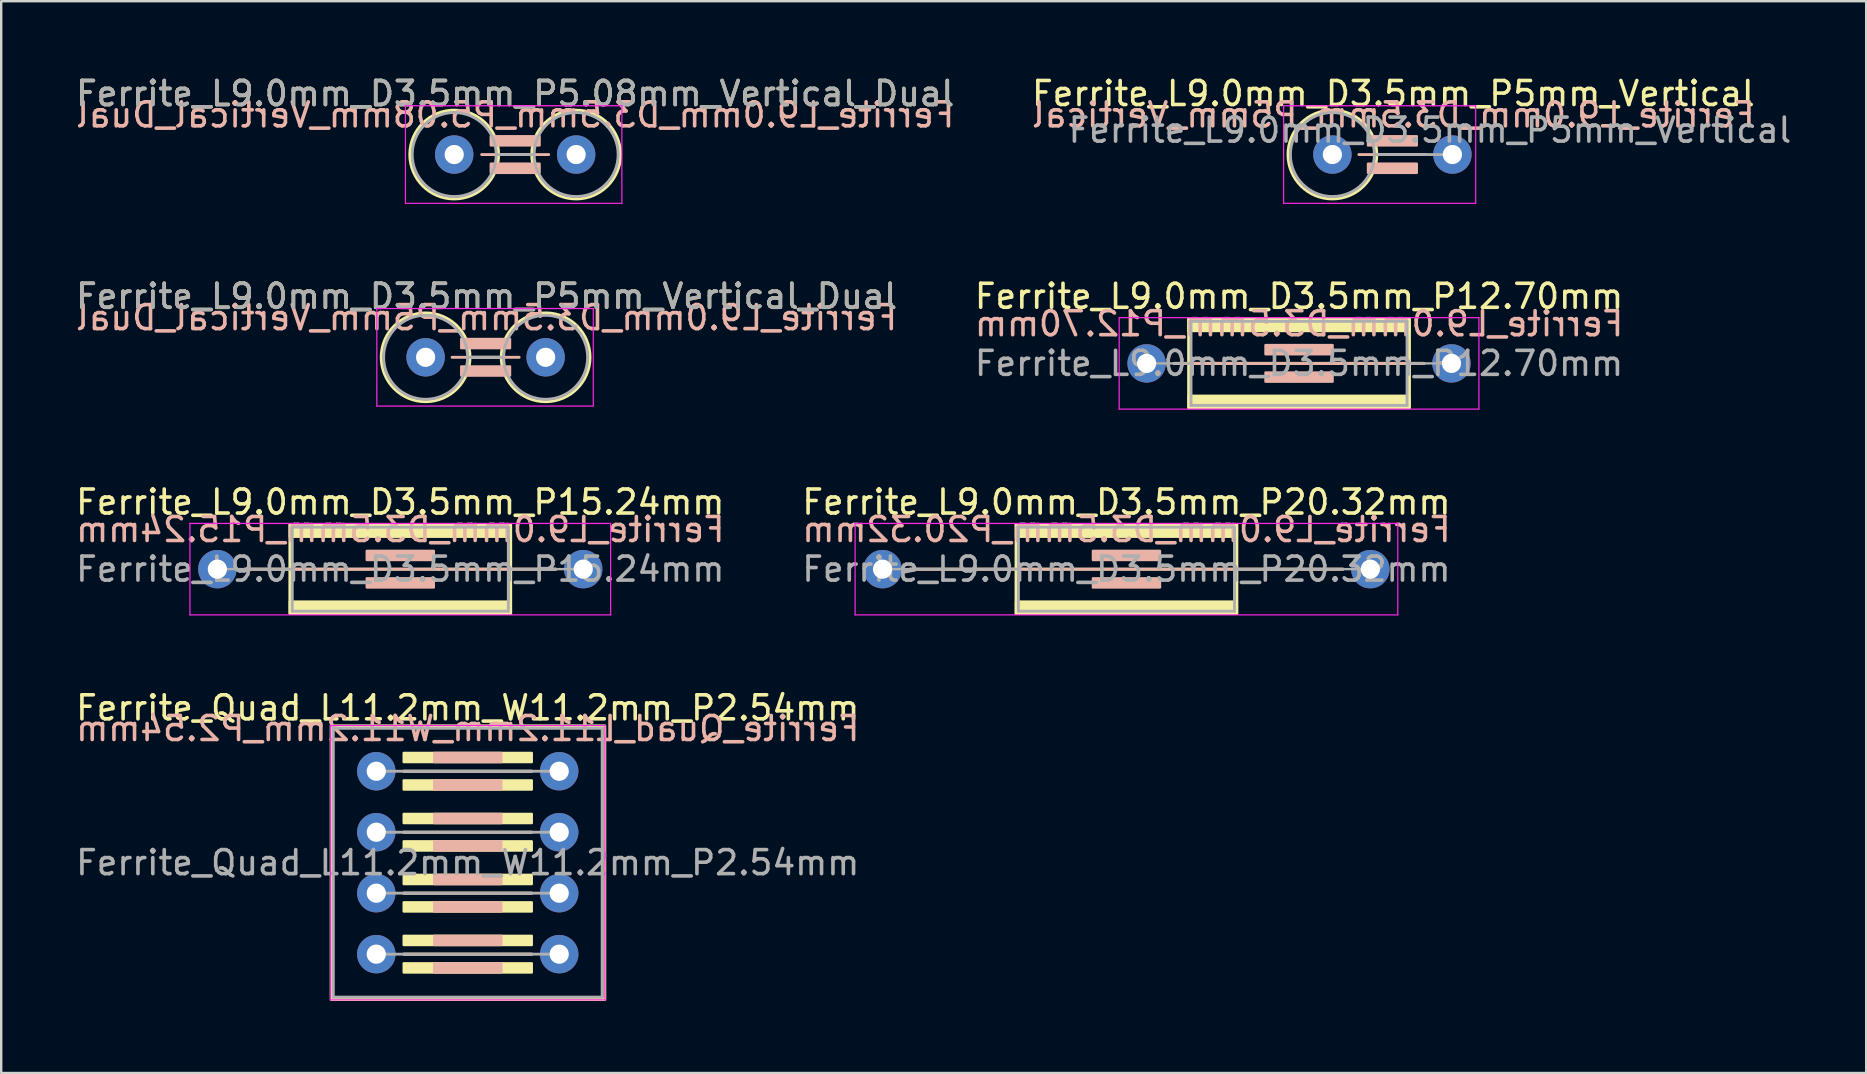
<source format=kicad_pcb>
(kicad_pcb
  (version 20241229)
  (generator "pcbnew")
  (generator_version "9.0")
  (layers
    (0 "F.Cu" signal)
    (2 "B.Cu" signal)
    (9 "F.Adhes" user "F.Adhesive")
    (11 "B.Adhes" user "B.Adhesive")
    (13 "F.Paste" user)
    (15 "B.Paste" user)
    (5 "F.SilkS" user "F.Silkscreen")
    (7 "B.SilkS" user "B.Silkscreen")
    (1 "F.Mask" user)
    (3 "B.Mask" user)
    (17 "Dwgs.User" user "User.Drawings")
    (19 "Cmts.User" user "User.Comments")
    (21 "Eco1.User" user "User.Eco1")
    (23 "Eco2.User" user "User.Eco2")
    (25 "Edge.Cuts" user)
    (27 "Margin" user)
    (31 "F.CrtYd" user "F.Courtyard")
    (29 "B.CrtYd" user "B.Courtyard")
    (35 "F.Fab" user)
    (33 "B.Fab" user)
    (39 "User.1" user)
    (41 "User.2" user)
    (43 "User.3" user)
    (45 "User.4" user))
  (footprint "Ferrite_L9.0mm_D3.5mm_P5mm_Vertical"
    (layer "F.Cu")
    (at 52.454 3.388)
    (property "Reference" "Ferrite_L9.0mm_D3.5mm_P5mm_Vertical" (at 2.54 -2.54 0) (layer "F.SilkS") (effects (font (size 1 1) (thickness 0.15))))
    (fp_line (start 1.85 0) (end 3.81 0) (stroke (width 0.12) (type solid)) (layer "F.SilkS"))
    (fp_circle (center 0 0) (end 0 -1.85) (stroke (width 0.12) (type solid)) (fill no) (layer "F.SilkS"))
    (fp_line (start 3.897 0) (end 1.103 0) (stroke (width 0.12) (type solid)) (layer "B.SilkS"))
    (fp_rect (start 1.484 -0.762) (end 3.516 -0.381) (stroke (width 0.1) (type solid)) (fill yes) (layer "B.SilkS"))
    (fp_rect (start 1.484 0.381) (end 3.516 0.762) (stroke (width 0.1) (type solid)) (fill yes) (layer "B.SilkS"))
    (fp_line (start -2.032 -2.032) (end 5.969 -2.032) (stroke (width 0.05) (type solid)) (layer "F.CrtYd"))
    (fp_line (start -2.032 2.032) (end -2.032 -2.032) (stroke (width 0.05) (type solid)) (layer "F.CrtYd"))
    (fp_line (start 5.969 -2.032) (end 5.969 2.032) (stroke (width 0.05) (type solid)) (layer "F.CrtYd"))
    (fp_line (start 5.969 2.032) (end -2.032 2.032) (stroke (width 0.05) (type solid)) (layer "F.CrtYd"))
    (fp_line (start 1.75 0) (end 5 0) (stroke (width 0.12) (type solid)) (layer "F.Fab"))
    (fp_circle (center 0 0) (end 0 -1.75) (stroke (width 0.12) (type solid)) (fill no) (layer "F.Fab"))
    (fp_text user "${REFERENCE}" (at 2.54 -1.651 0) (layer "B.SilkS") (effects (font (size 1 1) (thickness 0.15)) (justify mirror)))
    (fp_text user "${REFERENCE}" (at 4.064 -1.016 0) (layer "F.Fab") (effects (font (size 1 1) (thickness 0.15))))
    (pad "1" thru_hole circle (at 0 0) (size 1.6 1.6) (drill 0.8) (layers "*.Cu" "*.Mask"))
    (pad "2" thru_hole circle (at 5 0) (size 1.6 1.6) (drill 0.8) (layers "*.Cu" "*.Mask")))
  (footprint "Ferrite_L9.0mm_D3.5mm_P5.08mm_Vertical_Dual"
    (layer "F.Cu")
    (at 15.871 3.388)
    (property "Reference" "Ferrite_L9.0mm_D3.5mm_P5.08mm_Vertical_Dual" (at 2.54 -2.54 0) (layer "F.SilkS") (effects (font (size 1 1) (thickness 0.15))))
    (fp_line (start 1.85 0) (end 3.23 0) (stroke (width 0.12) (type solid)) (layer "F.SilkS"))
    (fp_circle (center 0 0) (end 0 -1.85) (stroke (width 0.12) (type solid)) (fill no) (layer "F.SilkS"))
    (fp_circle (center 5.08 0) (end 5.08 -1.85) (stroke (width 0.12) (type solid)) (fill no) (layer "F.SilkS"))
    (fp_line (start 3.937 0) (end 1.143 0) (stroke (width 0.12) (type solid)) (layer "B.SilkS"))
    (fp_rect (start 1.524 -0.762) (end 3.556 -0.381) (stroke (width 0.1) (type solid)) (fill yes) (layer "B.SilkS"))
    (fp_rect (start 1.524 0.381) (end 3.556 0.762) (stroke (width 0.1) (type solid)) (fill yes) (layer "B.SilkS"))
    (fp_line (start -2.032 -2.032) (end 6.985 -2.032) (stroke (width 0.05) (type solid)) (layer "F.CrtYd"))
    (fp_line (start -2.032 2.032) (end -2.032 -2.032) (stroke (width 0.05) (type solid)) (layer "F.CrtYd"))
    (fp_line (start 6.985 -2.032) (end 6.985 2.032) (stroke (width 0.05) (type solid)) (layer "F.CrtYd"))
    (fp_line (start 6.985 2.032) (end -2.032 2.032) (stroke (width 0.05) (type solid)) (layer "F.CrtYd"))
    (fp_line (start 1.75 0) (end 3.33 0) (stroke (width 0.12) (type solid)) (layer "F.Fab"))
    (fp_circle (center 0 0) (end 0 -1.75) (stroke (width 0.12) (type solid)) (fill no) (layer "F.Fab"))
    (fp_circle (center 5.08 0) (end 5.08 -1.75) (stroke (width 0.12) (type solid)) (fill no) (layer "F.Fab"))
    (fp_text user "${REFERENCE}" (at 2.54 -1.651 0) (layer "B.SilkS") (effects (font (size 1 1) (thickness 0.15)) (justify mirror)))
    (fp_text user "${REFERENCE}" (at 2.54 -2.539 0) (layer "F.Fab") (effects (font (size 1 1) (thickness 0.15))))
    (pad "1" thru_hole circle (at 0 0) (size 1.6 1.6) (drill 0.8) (layers "*.Cu" "*.Mask"))
    (pad "2" thru_hole circle (at 5.08 0) (size 1.6 1.6) (drill 0.8) (layers "*.Cu" "*.Mask")))
  (footprint "Ferrite_Quad_L11.2mm_W11.2mm_P2.54mm"
    (layer "F.Cu")
    (at 16.435 32.888)
    (property "Reference" "Ferrite_Quad_L11.2mm_W11.2mm_P2.54mm" (at 0 -6.45 0) (layer "F.SilkS") (effects (font (size 1 1) (thickness 0.15))))
    (attr through_hole)
    (fp_line (start -2.667 -3.81) (end 2.667 -3.81) (stroke (width 0.12) (type solid)) (layer "F.SilkS"))
    (fp_line (start -2.667 1.27) (end 2.667 1.27) (stroke (width 0.12) (type solid)) (layer "F.SilkS"))
    (fp_line (start 2.667 -1.27) (end -2.667 -1.27) (stroke (width 0.12) (type solid)) (layer "F.SilkS"))
    (fp_line (start 2.667 3.81) (end -2.667 3.81) (stroke (width 0.12) (type solid)) (layer "F.SilkS"))
    (fp_rect (start -5.69 -5.7) (end 5.71 5.7) (stroke (width 0.12) (type solid)) (fill no) (layer "F.SilkS"))
    (fp_poly (pts (xy 2.667 -4.191) (xy -2.667 -4.191) (xy -2.667 -4.572) (xy 2.667 -4.572)) (stroke (width 0.1) (type solid)) (fill yes) (layer "F.SilkS"))
    (fp_poly (pts (xy 2.667 -3.048) (xy -2.667 -3.048) (xy -2.667 -3.429) (xy 2.667 -3.429)) (stroke (width 0.1) (type solid)) (fill yes) (layer "F.SilkS"))
    (fp_poly (pts (xy 2.667 -1.651) (xy -2.667 -1.651) (xy -2.667 -2.032) (xy 2.667 -2.032)) (stroke (width 0.1) (type solid)) (fill yes) (layer "F.SilkS"))
    (fp_poly (pts (xy 2.667 -0.508) (xy -2.667 -0.508) (xy -2.667 -0.889) (xy 2.667 -0.889)) (stroke (width 0.1) (type solid)) (fill yes) (layer "F.SilkS"))
    (fp_poly (pts (xy 2.667 0.889) (xy -2.667 0.889) (xy -2.667 0.508) (xy 2.667 0.508)) (stroke (width 0.1) (type solid)) (fill yes) (layer "F.SilkS"))
    (fp_poly (pts (xy 2.667 2.032) (xy -2.667 2.032) (xy -2.667 1.651) (xy 2.667 1.651)) (stroke (width 0.1) (type solid)) (fill yes) (layer "F.SilkS"))
    (fp_poly (pts (xy 2.667 3.429) (xy -2.667 3.429) (xy -2.667 3.048) (xy 2.667 3.048)) (stroke (width 0.1) (type solid)) (fill yes) (layer "F.SilkS"))
    (fp_poly (pts (xy 2.667 4.572) (xy -2.667 4.572) (xy -2.667 4.191) (xy 2.667 4.191)) (stroke (width 0.1) (type solid)) (fill yes) (layer "F.SilkS"))
    (fp_line (start -2.667 -3.81) (end 2.667 -3.81) (stroke (width 0.12) (type solid)) (layer "B.SilkS"))
    (fp_line (start -2.667 -1.27) (end 2.667 -1.27) (stroke (width 0.12) (type solid)) (layer "B.SilkS"))
    (fp_line (start -2.667 1.27) (end 2.667 1.27) (stroke (width 0.12) (type solid)) (layer "B.SilkS"))
    (fp_line (start -2.667 3.81) (end 2.667 3.81) (stroke (width 0.12) (type solid)) (layer "B.SilkS"))
    (fp_rect (start -1.397 -4.572) (end 1.397 -4.191) (stroke (width 0.1) (type solid)) (fill yes) (layer "B.SilkS"))
    (fp_rect (start -1.397 -3.429) (end 1.397 -3.048) (stroke (width 0.1) (type solid)) (fill yes) (layer "B.SilkS"))
    (fp_rect (start -1.397 -2.032) (end 1.397 -1.651) (stroke (width 0.1) (type solid)) (fill yes) (layer "B.SilkS"))
    (fp_rect (start -1.397 -0.889) (end 1.397 -0.508) (stroke (width 0.1) (type solid)) (fill yes) (layer "B.SilkS"))
    (fp_rect (start -1.397 0.508) (end 1.397 0.889) (stroke (width 0.1) (type solid)) (fill yes) (layer "B.SilkS"))
    (fp_rect (start -1.397 1.651) (end 1.397 2.032) (stroke (width 0.1) (type solid)) (fill yes) (layer "B.SilkS"))
    (fp_rect (start -1.397 3.048) (end 1.397 3.429) (stroke (width 0.1) (type solid)) (fill yes) (layer "B.SilkS"))
    (fp_rect (start -1.397 4.191) (end 1.397 4.572) (stroke (width 0.1) (type solid)) (fill yes) (layer "B.SilkS"))
    (fp_line (start -5.715 -5.715) (end 5.715 -5.715) (stroke (width 0.05) (type solid)) (layer "F.CrtYd"))
    (fp_line (start -5.715 5.715) (end -5.715 -5.715) (stroke (width 0.05) (type solid)) (layer "F.CrtYd"))
    (fp_line (start 5.715 -5.715) (end 5.715 5.715) (stroke (width 0.05) (type solid)) (layer "F.CrtYd"))
    (fp_line (start 5.715 5.715) (end -5.715 5.715) (stroke (width 0.05) (type solid)) (layer "F.CrtYd"))
    (fp_line (start -5.6 -5.6) (end 5.6 -5.6) (stroke (width 0.12) (type solid)) (layer "F.Fab"))
    (fp_line (start -5.6 5.6) (end -5.6 -5.6) (stroke (width 0.12) (type solid)) (layer "F.Fab"))
    (fp_line (start -3.81 -3.81) (end 3.81 -3.81) (stroke (width 0.12) (type solid)) (layer "F.Fab"))
    (fp_line (start -3.81 -1.27) (end 3.81 -1.27) (stroke (width 0.12) (type solid)) (layer "F.Fab"))
    (fp_line (start -3.81 1.27) (end 3.81 1.27) (stroke (width 0.12) (type solid)) (layer "F.Fab"))
    (fp_line (start -3.81 3.81) (end 3.81 3.81) (stroke (width 0.12) (type solid)) (layer "F.Fab"))
    (fp_line (start 5.6 -5.6) (end 5.6 5.6) (stroke (width 0.12) (type solid)) (layer "F.Fab"))
    (fp_line (start 5.6 5.6) (end -5.6 5.6) (stroke (width 0.12) (type solid)) (layer "F.Fab"))
    (fp_text user "${REFERENCE}" (at 0 -5.588 0) (layer "B.SilkS") (effects (font (size 1 1) (thickness 0.15)) (justify mirror)))
    (fp_text user "${REFERENCE}" (at 0 0 0) (layer "F.Fab") (effects (font (size 1 1) (thickness 0.15))))
    (pad "1" thru_hole circle (at -3.81 -3.81) (size 1.6 1.6) (drill 0.8) (layers "*.Cu" "*.Mask"))
    (pad "2" thru_hole circle (at -3.81 -1.27) (size 1.6 1.6) (drill 0.8) (layers "*.Cu" "*.Mask"))
    (pad "3" thru_hole circle (at -3.81 1.27) (size 1.6 1.6) (drill 0.8) (layers "*.Cu" "*.Mask"))
    (pad "3" thru_hole circle (at -3.81 3.81) (size 1.6 1.6) (drill 0.8) (layers "*.Cu" "*.Mask"))
    (pad "4" thru_hole circle (at 3.81 1.27) (size 1.6 1.6) (drill 0.8) (layers "*.Cu" "*.Mask"))
    (pad "4" thru_hole circle (at 3.81 3.81) (size 1.6 1.6) (drill 0.8) (layers "*.Cu" "*.Mask"))
    (pad "5" thru_hole circle (at 3.81 -1.27) (size 1.6 1.6) (drill 0.8) (layers "*.Cu" "*.Mask"))
    (pad "6" thru_hole circle (at 3.81 -3.81) (size 1.6 1.6) (drill 0.8) (layers "*.Cu" "*.Mask")))
  (footprint "Ferrite_L9.0mm_D3.5mm_P15.24mm"
    (layer "F.Cu")
    (at 6.005 20.66)
    (property "Reference" "Ferrite_L9.0mm_D3.5mm_P15.24mm" (at 7.62 -2.794 0) (layer "F.SilkS") (effects (font (size 1 1) (thickness 0.15))))
    (fp_line (start 9.234 0.000002) (end 1.143 0) (stroke (width 0.12) (type solid)) (layer "F.SilkS"))
    (fp_line (start 9.234 0.000002) (end 14.097 0) (stroke (width 0.12) (type solid)) (layer "F.SilkS"))
    (fp_rect (start 3.02 -1.85) (end 12.22 1.85) (stroke (width 0.12) (type solid)) (fill no) (layer "F.SilkS"))
    (fp_poly (pts (xy 3.02 1.35) (xy 12.22 1.35) (xy 12.22 1.85) (xy 3.02 1.85)) (stroke (width 0.1) (type solid)) (fill yes) (layer "F.SilkS"))
    (fp_poly (pts (xy 12.22 -1.35) (xy 3.02 -1.35) (xy 3.02 -1.85) (xy 12.22 -1.85)) (stroke (width 0.1) (type solid)) (fill yes) (layer "F.SilkS"))
    (fp_line (start 1.143 0) (end 14.097 0) (stroke (width 0.12) (type solid)) (layer "B.SilkS"))
    (fp_rect (start 6.223 -0.762) (end 9.017 -0.381) (stroke (width 0.1) (type solid)) (fill yes) (layer "B.SilkS"))
    (fp_rect (start 6.223 0.381) (end 9.017 0.762) (stroke (width 0.1) (type solid)) (fill yes) (layer "B.SilkS"))
    (fp_line (start -1.143 -1.905) (end 16.383 -1.905) (stroke (width 0.05) (type solid)) (layer "F.CrtYd"))
    (fp_line (start -1.143 1.905) (end -1.143 -1.905) (stroke (width 0.05) (type solid)) (layer "F.CrtYd"))
    (fp_line (start 16.383 -1.905) (end 16.383 1.905) (stroke (width 0.05) (type solid)) (layer "F.CrtYd"))
    (fp_line (start 16.383 1.905) (end -1.143 1.905) (stroke (width 0.05) (type solid)) (layer "F.CrtYd"))
    (fp_line (start 0 0) (end 3.12 0) (stroke (width 0.1) (type solid)) (layer "F.Fab"))
    (fp_line (start 3.12 -1.75) (end 3.12 1.75) (stroke (width 0.12) (type solid)) (layer "F.Fab"))
    (fp_line (start 3.12 -1.75) (end 12.12 -1.75) (stroke (width 0.12) (type solid)) (layer "F.Fab"))
    (fp_line (start 12.12 -1.75) (end 12.12 1.75) (stroke (width 0.12) (type solid)) (layer "F.Fab"))
    (fp_line (start 12.12 1.75) (end 3.12 1.75) (stroke (width 0.12) (type solid)) (layer "F.Fab"))
    (fp_line (start 15.24 0) (end 12.12 0) (stroke (width 0.1) (type solid)) (layer "F.Fab"))
    (fp_text user "${REFERENCE}" (at 7.62 -1.651 0) (layer "B.SilkS") (effects (font (size 1 1) (thickness 0.15)) (justify mirror)))
    (fp_text user "${REFERENCE}" (at 7.62 0 0) (layer "F.Fab") (effects (font (size 1 1) (thickness 0.15))))
    (pad "1" thru_hole circle (at 0 0) (size 1.6 1.6) (drill 0.8) (layers "*.Cu" "*.Mask"))
    (pad "2" thru_hole circle (at 15.24 0) (size 1.6 1.6) (drill 0.8) (layers "*.Cu" "*.Mask")))
  (footprint "Ferrite_L9.0mm_D3.5mm_P12.70mm"
    (layer "F.Cu")
    (at 44.715 12.088)
    (property "Reference" "Ferrite_L9.0mm_D3.5mm_P12.70mm" (at 6.35 -2.794 0) (layer "F.SilkS") (effects (font (size 1 1) (thickness 0.15))))
    (fp_line (start 7.964 0.000002) (end 1.143 0) (stroke (width 0.12) (type solid)) (layer "F.SilkS"))
    (fp_line (start 7.964 0.000002) (end 11.557 0) (stroke (width 0.12) (type solid)) (layer "F.SilkS"))
    (fp_rect (start 1.75 -1.85) (end 10.95 1.85) (stroke (width 0.12) (type solid)) (fill no) (layer "F.SilkS"))
    (fp_poly (pts (xy 1.75 1.35) (xy 10.95 1.35) (xy 10.95 1.85) (xy 1.75 1.85)) (stroke (width 0.1) (type solid)) (fill yes) (layer "F.SilkS"))
    (fp_poly (pts (xy 10.95 -1.35) (xy 1.75 -1.35) (xy 1.75 -1.85) (xy 10.95 -1.85)) (stroke (width 0.1) (type solid)) (fill yes) (layer "F.SilkS"))
    (fp_line (start 1.143 0) (end 11.557 0) (stroke (width 0.12) (type solid)) (layer "B.SilkS"))
    (fp_rect (start 4.953 -0.762) (end 7.747 -0.381) (stroke (width 0.1) (type solid)) (fill yes) (layer "B.SilkS"))
    (fp_rect (start 4.953 0.381) (end 7.747 0.762) (stroke (width 0.1) (type solid)) (fill yes) (layer "B.SilkS"))
    (fp_line (start -1.143 -1.905) (end 13.843 -1.905) (stroke (width 0.05) (type solid)) (layer "F.CrtYd"))
    (fp_line (start -1.143 1.905) (end -1.143 -1.905) (stroke (width 0.05) (type solid)) (layer "F.CrtYd"))
    (fp_line (start 13.843 -1.905) (end 13.843 1.905) (stroke (width 0.05) (type solid)) (layer "F.CrtYd"))
    (fp_line (start 13.843 1.905) (end -1.143 1.905) (stroke (width 0.05) (type solid)) (layer "F.CrtYd"))
    (fp_line (start 0 0) (end 1.85 0) (stroke (width 0.1) (type solid)) (layer "F.Fab"))
    (fp_line (start 1.85 -1.75) (end 1.85 1.75) (stroke (width 0.12) (type solid)) (layer "F.Fab"))
    (fp_line (start 1.85 -1.75) (end 10.85 -1.75) (stroke (width 0.12) (type solid)) (layer "F.Fab"))
    (fp_line (start 10.85 -1.75) (end 10.85 1.75) (stroke (width 0.12) (type solid)) (layer "F.Fab"))
    (fp_line (start 10.85 1.75) (end 1.85 1.75) (stroke (width 0.12) (type solid)) (layer "F.Fab"))
    (fp_line (start 12.7 0) (end 10.85 0) (stroke (width 0.1) (type solid)) (layer "F.Fab"))
    (fp_text user "${REFERENCE}" (at 6.35 -1.651 0) (layer "B.SilkS") (effects (font (size 1 1) (thickness 0.15)) (justify mirror)))
    (fp_text user "${REFERENCE}" (at 6.35 0 0) (layer "F.Fab") (effects (font (size 1 1) (thickness 0.15))))
    (pad "1" thru_hole circle (at 0 0) (size 1.6 1.6) (drill 0.8) (layers "*.Cu" "*.Mask"))
    (pad "2" thru_hole circle (at 12.7 0) (size 1.6 1.6) (drill 0.8) (layers "*.Cu" "*.Mask")))
  (footprint "Ferrite_L9.0mm_D3.5mm_P5mm_Vertical_Dual"
    (layer "F.Cu")
    (at 14.68 11.834)
    (property "Reference" "Ferrite_L9.0mm_D3.5mm_P5mm_Vertical_Dual" (at 2.54 -2.54 0) (layer "F.SilkS") (effects (font (size 1 1) (thickness 0.15))))
    (fp_line (start 1.85 0) (end 3.15 0) (stroke (width 0.12) (type solid)) (layer "F.SilkS"))
    (fp_circle (center 0 0) (end 0 -1.85) (stroke (width 0.12) (type solid)) (fill no) (layer "F.SilkS"))
    (fp_circle (center 5 0) (end 5 -1.85) (stroke (width 0.12) (type solid)) (fill no) (layer "F.SilkS"))
    (fp_line (start 3.897 0) (end 1.103 0) (stroke (width 0.12) (type solid)) (layer "B.SilkS"))
    (fp_rect (start 1.484 -0.762) (end 3.516 -0.381) (stroke (width 0.1) (type solid)) (fill yes) (layer "B.SilkS"))
    (fp_rect (start 1.484 0.381) (end 3.516 0.762) (stroke (width 0.1) (type solid)) (fill yes) (layer "B.SilkS"))
    (fp_line (start -2.032 -2.032) (end 6.985 -2.032) (stroke (width 0.05) (type solid)) (layer "F.CrtYd"))
    (fp_line (start -2.032 2.032) (end -2.032 -2.032) (stroke (width 0.05) (type solid)) (layer "F.CrtYd"))
    (fp_line (start 6.985 -2.032) (end 6.985 2.032) (stroke (width 0.05) (type solid)) (layer "F.CrtYd"))
    (fp_line (start 6.985 2.032) (end -2.032 2.032) (stroke (width 0.05) (type solid)) (layer "F.CrtYd"))
    (fp_line (start 1.75 0) (end 3.25 0) (stroke (width 0.12) (type solid)) (layer "F.Fab"))
    (fp_circle (center 0 0) (end 0 -1.75) (stroke (width 0.12) (type solid)) (fill no) (layer "F.Fab"))
    (fp_circle (center 5 0) (end 5 -1.75) (stroke (width 0.12) (type solid)) (fill no) (layer "F.Fab"))
    (fp_text user "${REFERENCE}" (at 2.54 -1.651 0) (layer "B.SilkS") (effects (font (size 1 1) (thickness 0.15)) (justify mirror)))
    (fp_text user "${REFERENCE}" (at 2.54 -2.539 0) (layer "F.Fab") (effects (font (size 1 1) (thickness 0.15))))
    (pad "1" thru_hole circle (at 0 0) (size 1.6 1.6) (drill 0.8) (layers "*.Cu" "*.Mask"))
    (pad "2" thru_hole circle (at 5 0) (size 1.6 1.6) (drill 0.8) (layers "*.Cu" "*.Mask")))
  (footprint "Ferrite_L9.0mm_D3.5mm_P20.32mm"
    (layer "F.Cu")
    (at 33.715 20.66)
    (property "Reference" "Ferrite_L9.0mm_D3.5mm_P20.32mm" (at 10.16 -2.794 0) (layer "F.SilkS") (effects (font (size 1 1) (thickness 0.15))))
    (fp_line (start 11.774 0.000002) (end 1.143 0) (stroke (width 0.12) (type solid)) (layer "F.SilkS"))
    (fp_line (start 11.774 0.000002) (end 19.177 0) (stroke (width 0.12) (type solid)) (layer "F.SilkS"))
    (fp_rect (start 5.56 -1.85) (end 14.76 1.85) (stroke (width 0.12) (type solid)) (fill no) (layer "F.SilkS"))
    (fp_poly (pts (xy 5.56 1.35) (xy 14.76 1.35) (xy 14.76 1.85) (xy 5.56 1.85)) (stroke (width 0.1) (type solid)) (fill yes) (layer "F.SilkS"))
    (fp_poly (pts (xy 14.76 -1.35) (xy 5.56 -1.35) (xy 5.56 -1.85) (xy 14.76 -1.85)) (stroke (width 0.1) (type solid)) (fill yes) (layer "F.SilkS"))
    (fp_line (start 1.143 0) (end 19.177 0) (stroke (width 0.12) (type solid)) (layer "B.SilkS"))
    (fp_rect (start 8.763 -0.762) (end 11.557 -0.381) (stroke (width 0.1) (type solid)) (fill yes) (layer "B.SilkS"))
    (fp_rect (start 8.763 0.381) (end 11.557 0.762) (stroke (width 0.1) (type solid)) (fill yes) (layer "B.SilkS"))
    (fp_line (start -1.143 -1.905) (end 21.463 -1.905) (stroke (width 0.05) (type solid)) (layer "F.CrtYd"))
    (fp_line (start -1.143 1.905) (end -1.143 -1.905) (stroke (width 0.05) (type solid)) (layer "F.CrtYd"))
    (fp_line (start 21.463 -1.905) (end 21.463 1.905) (stroke (width 0.05) (type solid)) (layer "F.CrtYd"))
    (fp_line (start 21.463 1.905) (end -1.143 1.905) (stroke (width 0.05) (type solid)) (layer "F.CrtYd"))
    (fp_line (start 5.66 -1.75) (end 5.66 1.75) (stroke (width 0.12) (type solid)) (layer "F.Fab"))
    (fp_line (start 5.66 -1.75) (end 14.66 -1.75) (stroke (width 0.12) (type solid)) (layer "F.Fab"))
    (fp_line (start 5.66 0) (end 0 0) (stroke (width 0.1) (type solid)) (layer "F.Fab"))
    (fp_line (start 14.66 -1.75) (end 14.66 1.75) (stroke (width 0.12) (type solid)) (layer "F.Fab"))
    (fp_line (start 14.66 1.75) (end 5.66 1.75) (stroke (width 0.12) (type solid)) (layer "F.Fab"))
    (fp_line (start 20.32 0) (end 14.66 0) (stroke (width 0.1) (type solid)) (layer "F.Fab"))
    (fp_text user "${REFERENCE}" (at 10.16 -1.651 0) (layer "B.SilkS") (effects (font (size 1 1) (thickness 0.15)) (justify mirror)))
    (fp_text user "${REFERENCE}" (at 10.16 0 0) (layer "F.Fab") (effects (font (size 1 1) (thickness 0.15))))
    (pad "1" thru_hole circle (at 0 0) (size 1.6 1.6) (drill 0.8) (layers "*.Cu" "*.Mask"))
    (pad "2" thru_hole circle (at 20.32 0) (size 1.6 1.6) (drill 0.8) (layers "*.Cu" "*.Mask")))
  (gr_rect
    (start -3 -3)
    (end 74.691 41.648)
    (stroke (width 0.1) (type default))
    (fill no)
    (layer "Edge.Cuts")))
</source>
